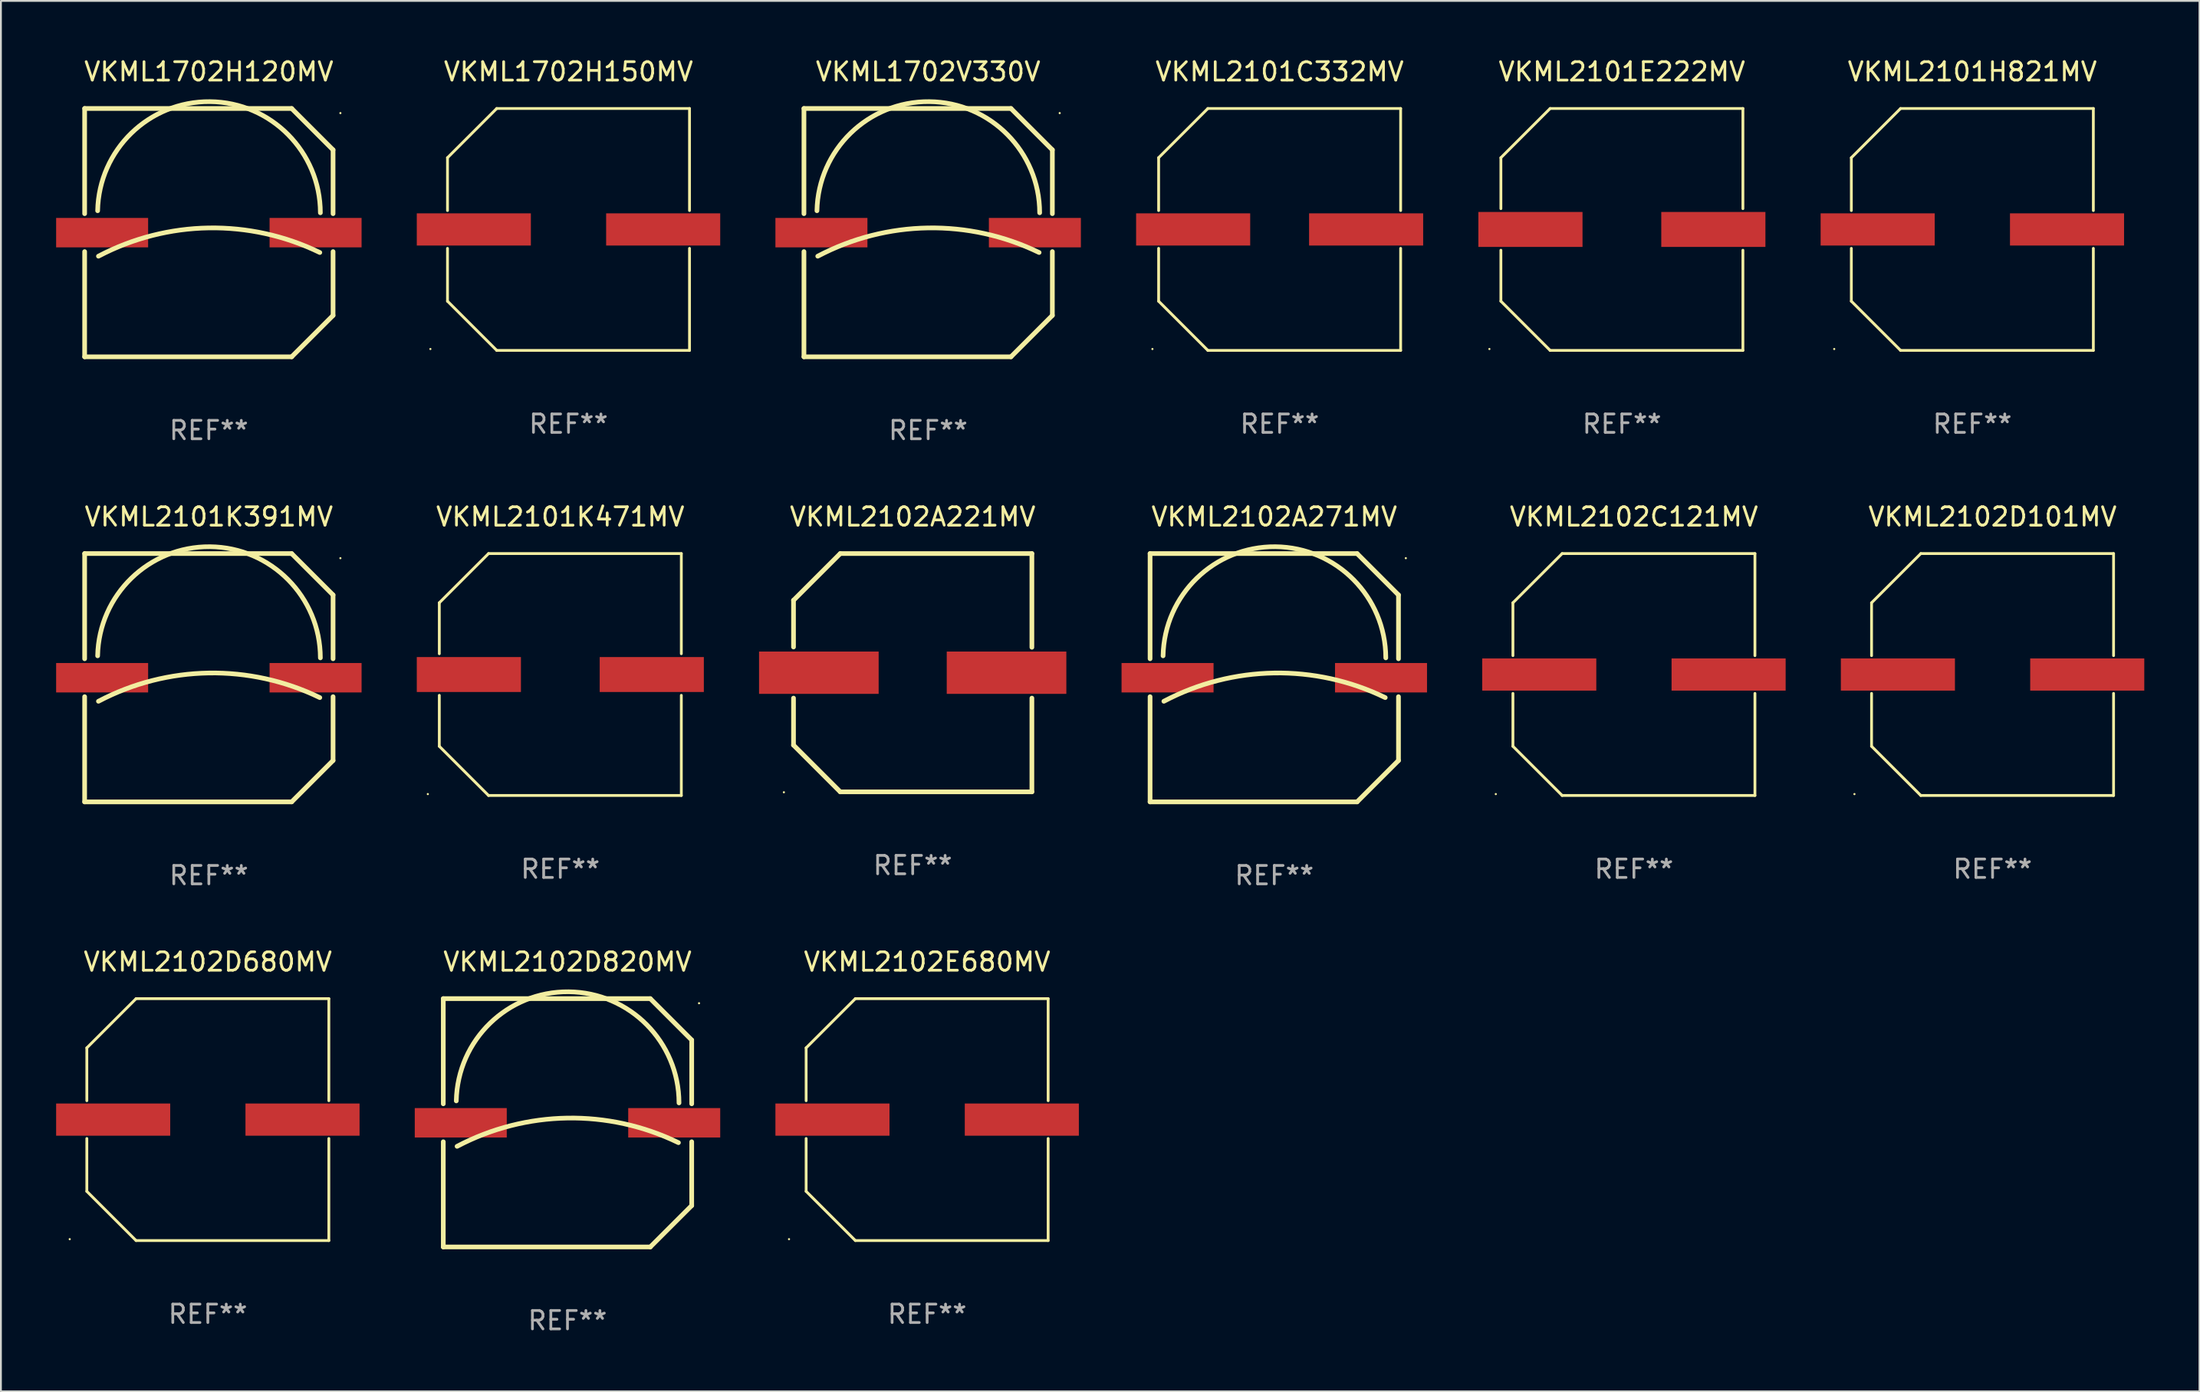
<source format=kicad_pcb>
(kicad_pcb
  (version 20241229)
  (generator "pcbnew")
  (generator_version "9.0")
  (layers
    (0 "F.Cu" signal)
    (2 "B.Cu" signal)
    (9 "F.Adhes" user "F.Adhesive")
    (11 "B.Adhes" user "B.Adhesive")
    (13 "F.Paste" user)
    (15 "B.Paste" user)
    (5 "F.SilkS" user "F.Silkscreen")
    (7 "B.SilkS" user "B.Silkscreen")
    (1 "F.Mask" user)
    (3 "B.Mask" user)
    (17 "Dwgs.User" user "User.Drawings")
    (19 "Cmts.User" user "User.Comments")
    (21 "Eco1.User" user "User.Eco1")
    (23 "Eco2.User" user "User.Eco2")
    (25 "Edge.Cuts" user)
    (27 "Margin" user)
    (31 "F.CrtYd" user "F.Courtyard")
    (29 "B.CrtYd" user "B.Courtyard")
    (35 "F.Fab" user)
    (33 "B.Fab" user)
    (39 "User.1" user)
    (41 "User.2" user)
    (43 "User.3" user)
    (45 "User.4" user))
  (footprint "VKML2101H821MV"
    (layer "F.Cu")
    (at 104.136 9.424)
    (property "Reference" "VKML2101H821MV" (at 0 -8.576 0) (layer "F.SilkS") (effects (font (size 1 1) (thickness 0.15))))
    (attr through_hole)
    (fp_line (start -6.576 -3.9) (end -6.576 -1.027) (stroke (width 0.152) (type solid)) (layer "F.SilkS"))
    (fp_line (start -6.576 3.9) (end -6.576 1.027) (stroke (width 0.152) (type solid)) (layer "F.SilkS"))
    (fp_line (start -3.9 -6.576) (end -6.576 -3.9) (stroke (width 0.152) (type solid)) (layer "F.SilkS"))
    (fp_line (start -3.9 6.576) (end -6.576 3.9) (stroke (width 0.152) (type solid)) (layer "F.SilkS"))
    (fp_line (start 6.576 -6.576) (end -3.9 -6.576) (stroke (width 0.152) (type solid)) (layer "F.SilkS"))
    (fp_line (start 6.576 -1.027) (end 6.576 -6.576) (stroke (width 0.152) (type solid)) (layer "F.SilkS"))
    (fp_line (start 6.576 1.027) (end 6.576 6.576) (stroke (width 0.152) (type solid)) (layer "F.SilkS"))
    (fp_line (start 6.576 6.576) (end -3.9 6.576) (stroke (width 0.152) (type solid)) (layer "F.SilkS"))
    (fp_circle (center -7.506 6.5) (end -7.476 6.5) (stroke (width 0.06) (type solid)) (fill no) (layer "F.SilkS"))
    (fp_text user "REF**" (at 0 10.576 0) (layer "F.Fab") (effects (font (size 1 1) (thickness 0.15))))
    (pad "1" smd rect (at -5.145 0) (size 6.2 1.75) (layers "F.Cu" "F.Mask" "F.Paste"))
    (pad "2" smd rect (at 5.145 0) (size 6.2 1.75) (layers "F.Cu" "F.Mask" "F.Paste")))
  (footprint "VKML2102A221MV"
    (layer "F.Cu")
    (at 46.55 33.522)
    (property "Reference" "VKML2102A221MV" (at 0 -8.477 0) (layer "F.SilkS") (effects (font (size 1 1) (thickness 0.15))))
    (attr through_hole)
    (fp_line (start -6.477 -3.937) (end -6.477 -1.397) (stroke (width 0.254) (type solid)) (layer "F.SilkS"))
    (fp_line (start -6.477 1.381) (end -6.477 3.937) (stroke (width 0.254) (type solid)) (layer "F.SilkS"))
    (fp_line (start -6.477 3.937) (end -3.937 6.477) (stroke (width 0.254) (type solid)) (layer "F.SilkS"))
    (fp_line (start -3.937 -6.477) (end -6.477 -3.937) (stroke (width 0.254) (type solid)) (layer "F.SilkS"))
    (fp_line (start -3.937 6.477) (end 6.477 6.477) (stroke (width 0.254) (type solid)) (layer "F.SilkS"))
    (fp_line (start 6.477 -6.477) (end -3.937 -6.477) (stroke (width 0.254) (type solid)) (layer "F.SilkS"))
    (fp_line (start 6.477 -1.381) (end 6.477 -6.477) (stroke (width 0.254) (type solid)) (layer "F.SilkS"))
    (fp_line (start 6.477 6.477) (end 6.477 1.381) (stroke (width 0.254) (type solid)) (layer "F.SilkS"))
    (fp_circle (center -7 6.5) (end -6.97 6.5) (stroke (width 0.06) (type solid)) (fill no) (layer "F.SilkS"))
    (fp_text user "REF**" (at 0 10.477 0) (layer "F.Fab") (effects (font (size 1 1) (thickness 0.15))))
    (pad "1" smd rect (at -5.1 0) (size 6.5 2.3) (layers "F.Cu" "F.Mask" "F.Paste"))
    (pad "2" smd rect (at 5.1 0) (size 6.5 2.3) (layers "F.Cu" "F.Mask" "F.Paste")))
  (footprint "VKML1702H150MV"
    (layer "F.Cu")
    (at 27.845 9.424)
    (property "Reference" "VKML1702H150MV" (at 0 -8.576 0) (layer "F.SilkS") (effects (font (size 1 1) (thickness 0.15))))
    (attr through_hole)
    (fp_line (start -6.576 -3.9) (end -6.576 -1.027) (stroke (width 0.152) (type solid)) (layer "F.SilkS"))
    (fp_line (start -6.576 3.9) (end -6.576 1.027) (stroke (width 0.152) (type solid)) (layer "F.SilkS"))
    (fp_line (start -3.9 -6.576) (end -6.576 -3.9) (stroke (width 0.152) (type solid)) (layer "F.SilkS"))
    (fp_line (start -3.9 6.576) (end -6.576 3.9) (stroke (width 0.152) (type solid)) (layer "F.SilkS"))
    (fp_line (start 6.576 -6.576) (end -3.9 -6.576) (stroke (width 0.152) (type solid)) (layer "F.SilkS"))
    (fp_line (start 6.576 -1.027) (end 6.576 -6.576) (stroke (width 0.152) (type solid)) (layer "F.SilkS"))
    (fp_line (start 6.576 1.027) (end 6.576 6.576) (stroke (width 0.152) (type solid)) (layer "F.SilkS"))
    (fp_line (start 6.576 6.576) (end -3.9 6.576) (stroke (width 0.152) (type solid)) (layer "F.SilkS"))
    (fp_circle (center -7.506 6.5) (end -7.476 6.5) (stroke (width 0.06) (type solid)) (fill no) (layer "F.SilkS"))
    (fp_text user "REF**" (at 0 10.576 0) (layer "F.Fab") (effects (font (size 1 1) (thickness 0.15))))
    (pad "1" smd rect (at -5.145 0) (size 6.2 1.75) (layers "F.Cu" "F.Mask" "F.Paste"))
    (pad "2" smd rect (at 5.145 0) (size 6.2 1.75) (layers "F.Cu" "F.Mask" "F.Paste")))
  (footprint "VKML1702V330V"
    (layer "F.Cu")
    (at 47.39 9.598)
    (property "Reference" "VKML1702V330V" (at 0 -8.75 0) (layer "F.SilkS") (effects (font (size 1 1) (thickness 0.15))))
    (attr through_hole)
    (fp_line (start -6.75 -6.75) (end 4.5 -6.75) (stroke (width 0.254) (type solid)) (layer "F.SilkS"))
    (fp_line (start -6.75 -1.031) (end -6.75 -6.75) (stroke (width 0.254) (type solid)) (layer "F.SilkS"))
    (fp_line (start -6.75 6.75) (end -6.75 1.031) (stroke (width 0.254) (type solid)) (layer "F.SilkS"))
    (fp_line (start -6.75 6.75) (end 4.5 6.75) (stroke (width 0.254) (type solid)) (layer "F.SilkS"))
    (fp_line (start 4.5 6.75) (end 6.75 4.5) (stroke (width 0.254) (type solid)) (layer "F.SilkS"))
    (fp_line (start 6.75 -4.5) (end 4.5 -6.75) (stroke (width 0.254) (type solid)) (layer "F.SilkS"))
    (fp_line (start 6.75 -1.031) (end 6.75 -4.5) (stroke (width 0.254) (type solid)) (layer "F.SilkS"))
    (fp_line (start 6.75 4.5) (end 6.75 1.031) (stroke (width 0.254) (type solid)) (layer "F.SilkS"))
    (fp_arc (start -6.043638 -1.190577) (mid 0.06288 -7.123351) (end 6.059995 -1.08001) (stroke (width 0.254001) (type solid)) (layer "F.SilkS"))
    (fp_arc (start -6 1.28001) (mid -0.008883 -0.256469) (end 6.029998 1.08001) (stroke (width 0.254001) (type solid)) (layer "F.SilkS"))
    (fp_circle (center 7.149 -6.5) (end 7.179 -6.5) (stroke (width 0.06) (type solid)) (fill no) (layer "F.SilkS"))
    (fp_text user "REF**" (at 0 10.75 0) (layer "F.Fab") (effects (font (size 1 1) (thickness 0.15))))
    (pad "1" smd rect (at 5.8 0) (size 5 1.6) (layers "F.Cu" "F.Mask" "F.Paste"))
    (pad "2" smd rect (at -5.8 0) (size 5 1.6) (layers "F.Cu" "F.Mask" "F.Paste")))
  (footprint "VKML2101K391MV"
    (layer "F.Cu")
    (at 8.3 33.795)
    (property "Reference" "VKML2101K391MV" (at 0 -8.75 0) (layer "F.SilkS") (effects (font (size 1 1) (thickness 0.15))))
    (attr through_hole)
    (fp_line (start -6.75 -6.75) (end 4.5 -6.75) (stroke (width 0.254) (type solid)) (layer "F.SilkS"))
    (fp_line (start -6.75 -1.031) (end -6.75 -6.75) (stroke (width 0.254) (type solid)) (layer "F.SilkS"))
    (fp_line (start -6.75 6.75) (end -6.75 1.031) (stroke (width 0.254) (type solid)) (layer "F.SilkS"))
    (fp_line (start -6.75 6.75) (end 4.5 6.75) (stroke (width 0.254) (type solid)) (layer "F.SilkS"))
    (fp_line (start 4.5 6.75) (end 6.75 4.5) (stroke (width 0.254) (type solid)) (layer "F.SilkS"))
    (fp_line (start 6.75 -4.5) (end 4.5 -6.75) (stroke (width 0.254) (type solid)) (layer "F.SilkS"))
    (fp_line (start 6.75 -1.031) (end 6.75 -4.5) (stroke (width 0.254) (type solid)) (layer "F.SilkS"))
    (fp_line (start 6.75 4.5) (end 6.75 1.031) (stroke (width 0.254) (type solid)) (layer "F.SilkS"))
    (fp_arc (start -6.043638 -1.190577) (mid 0.06288 -7.123351) (end 6.059995 -1.08001) (stroke (width 0.254001) (type solid)) (layer "F.SilkS"))
    (fp_arc (start -6 1.28001) (mid -0.008883 -0.256469) (end 6.029998 1.08001) (stroke (width 0.254001) (type solid)) (layer "F.SilkS"))
    (fp_circle (center 7.149 -6.5) (end 7.179 -6.5) (stroke (width 0.06) (type solid)) (fill no) (layer "F.SilkS"))
    (fp_text user "REF**" (at 0 10.75 0) (layer "F.Fab") (effects (font (size 1 1) (thickness 0.15))))
    (pad "1" smd rect (at 5.8 0) (size 5 1.6) (layers "F.Cu" "F.Mask" "F.Paste"))
    (pad "2" smd rect (at -5.8 0) (size 5 1.6) (layers "F.Cu" "F.Mask" "F.Paste")))
  (footprint "VKML2102D101MV"
    (layer "F.Cu")
    (at 105.235 33.621)
    (property "Reference" "VKML2102D101MV" (at 0 -8.576 0) (layer "F.SilkS") (effects (font (size 1 1) (thickness 0.15))))
    (attr through_hole)
    (fp_line (start -6.576 -3.9) (end -6.576 -1.027) (stroke (width 0.152) (type solid)) (layer "F.SilkS"))
    (fp_line (start -6.576 3.9) (end -6.576 1.027) (stroke (width 0.152) (type solid)) (layer "F.SilkS"))
    (fp_line (start -3.9 -6.576) (end -6.576 -3.9) (stroke (width 0.152) (type solid)) (layer "F.SilkS"))
    (fp_line (start -3.9 6.576) (end -6.576 3.9) (stroke (width 0.152) (type solid)) (layer "F.SilkS"))
    (fp_line (start 6.576 -6.576) (end -3.9 -6.576) (stroke (width 0.152) (type solid)) (layer "F.SilkS"))
    (fp_line (start 6.576 -1.027) (end 6.576 -6.576) (stroke (width 0.152) (type solid)) (layer "F.SilkS"))
    (fp_line (start 6.576 1.027) (end 6.576 6.576) (stroke (width 0.152) (type solid)) (layer "F.SilkS"))
    (fp_line (start 6.576 6.576) (end -3.9 6.576) (stroke (width 0.152) (type solid)) (layer "F.SilkS"))
    (fp_circle (center -7.506 6.5) (end -7.476 6.5) (stroke (width 0.06) (type solid)) (fill no) (layer "F.SilkS"))
    (fp_text user "REF**" (at 0 10.576 0) (layer "F.Fab") (effects (font (size 1 1) (thickness 0.15))))
    (pad "1" smd rect (at -5.145 0) (size 6.2 1.75) (layers "F.Cu" "F.Mask" "F.Paste"))
    (pad "2" smd rect (at 5.145 0) (size 6.2 1.75) (layers "F.Cu" "F.Mask" "F.Paste")))
  (footprint "VKML1702H120MV"
    (layer "F.Cu")
    (at 8.3 9.598)
    (property "Reference" "VKML1702H120MV" (at 0 -8.75 0) (layer "F.SilkS") (effects (font (size 1 1) (thickness 0.15))))
    (attr through_hole)
    (fp_line (start -6.75 -6.75) (end 4.5 -6.75) (stroke (width 0.254) (type solid)) (layer "F.SilkS"))
    (fp_line (start -6.75 -1.031) (end -6.75 -6.75) (stroke (width 0.254) (type solid)) (layer "F.SilkS"))
    (fp_line (start -6.75 6.75) (end -6.75 1.031) (stroke (width 0.254) (type solid)) (layer "F.SilkS"))
    (fp_line (start -6.75 6.75) (end 4.5 6.75) (stroke (width 0.254) (type solid)) (layer "F.SilkS"))
    (fp_line (start 4.5 6.75) (end 6.75 4.5) (stroke (width 0.254) (type solid)) (layer "F.SilkS"))
    (fp_line (start 6.75 -4.5) (end 4.5 -6.75) (stroke (width 0.254) (type solid)) (layer "F.SilkS"))
    (fp_line (start 6.75 -1.031) (end 6.75 -4.5) (stroke (width 0.254) (type solid)) (layer "F.SilkS"))
    (fp_line (start 6.75 4.5) (end 6.75 1.031) (stroke (width 0.254) (type solid)) (layer "F.SilkS"))
    (fp_arc (start -6.043638 -1.190577) (mid 0.06288 -7.123351) (end 6.059995 -1.08001) (stroke (width 0.254001) (type solid)) (layer "F.SilkS"))
    (fp_arc (start -6 1.28001) (mid -0.008883 -0.256469) (end 6.029998 1.08001) (stroke (width 0.254001) (type solid)) (layer "F.SilkS"))
    (fp_circle (center 7.149 -6.5) (end 7.179 -6.5) (stroke (width 0.06) (type solid)) (fill no) (layer "F.SilkS"))
    (fp_text user "REF**" (at 0 10.75 0) (layer "F.Fab") (effects (font (size 1 1) (thickness 0.15))))
    (pad "1" smd rect (at 5.8 0) (size 5 1.6) (layers "F.Cu" "F.Mask" "F.Paste"))
    (pad "2" smd rect (at -5.8 0) (size 5 1.6) (layers "F.Cu" "F.Mask" "F.Paste")))
  (footprint "VKML2102D820MV"
    (layer "F.Cu")
    (at 27.79 57.991)
    (property "Reference" "VKML2102D820MV" (at 0 -8.75 0) (layer "F.SilkS") (effects (font (size 1 1) (thickness 0.15))))
    (attr through_hole)
    (fp_line (start -6.75 -6.75) (end 4.5 -6.75) (stroke (width 0.254) (type solid)) (layer "F.SilkS"))
    (fp_line (start -6.75 -1.031) (end -6.75 -6.75) (stroke (width 0.254) (type solid)) (layer "F.SilkS"))
    (fp_line (start -6.75 6.75) (end -6.75 1.031) (stroke (width 0.254) (type solid)) (layer "F.SilkS"))
    (fp_line (start -6.75 6.75) (end 4.5 6.75) (stroke (width 0.254) (type solid)) (layer "F.SilkS"))
    (fp_line (start 4.5 6.75) (end 6.75 4.5) (stroke (width 0.254) (type solid)) (layer "F.SilkS"))
    (fp_line (start 6.75 -4.5) (end 4.5 -6.75) (stroke (width 0.254) (type solid)) (layer "F.SilkS"))
    (fp_line (start 6.75 -1.031) (end 6.75 -4.5) (stroke (width 0.254) (type solid)) (layer "F.SilkS"))
    (fp_line (start 6.75 4.5) (end 6.75 1.031) (stroke (width 0.254) (type solid)) (layer "F.SilkS"))
    (fp_arc (start -6.043638 -1.190577) (mid 0.06288 -7.123351) (end 6.059995 -1.08001) (stroke (width 0.254001) (type solid)) (layer "F.SilkS"))
    (fp_arc (start -6 1.28001) (mid -0.008883 -0.256469) (end 6.029998 1.08001) (stroke (width 0.254001) (type solid)) (layer "F.SilkS"))
    (fp_circle (center 7.149 -6.5) (end 7.179 -6.5) (stroke (width 0.06) (type solid)) (fill no) (layer "F.SilkS"))
    (fp_text user "REF**" (at 0 10.75 0) (layer "F.Fab") (effects (font (size 1 1) (thickness 0.15))))
    (pad "1" smd rect (at 5.8 0) (size 5 1.6) (layers "F.Cu" "F.Mask" "F.Paste"))
    (pad "2" smd rect (at -5.8 0) (size 5 1.6) (layers "F.Cu" "F.Mask" "F.Paste")))
  (footprint "VKML2102E680MV"
    (layer "F.Cu")
    (at 47.335 57.818)
    (property "Reference" "VKML2102E680MV" (at 0 -8.576 0) (layer "F.SilkS") (effects (font (size 1 1) (thickness 0.15))))
    (attr through_hole)
    (fp_line (start -6.576 -3.9) (end -6.576 -1.027) (stroke (width 0.152) (type solid)) (layer "F.SilkS"))
    (fp_line (start -6.576 3.9) (end -6.576 1.027) (stroke (width 0.152) (type solid)) (layer "F.SilkS"))
    (fp_line (start -3.9 -6.576) (end -6.576 -3.9) (stroke (width 0.152) (type solid)) (layer "F.SilkS"))
    (fp_line (start -3.9 6.576) (end -6.576 3.9) (stroke (width 0.152) (type solid)) (layer "F.SilkS"))
    (fp_line (start 6.576 -6.576) (end -3.9 -6.576) (stroke (width 0.152) (type solid)) (layer "F.SilkS"))
    (fp_line (start 6.576 -1.027) (end 6.576 -6.576) (stroke (width 0.152) (type solid)) (layer "F.SilkS"))
    (fp_line (start 6.576 1.027) (end 6.576 6.576) (stroke (width 0.152) (type solid)) (layer "F.SilkS"))
    (fp_line (start 6.576 6.576) (end -3.9 6.576) (stroke (width 0.152) (type solid)) (layer "F.SilkS"))
    (fp_circle (center -7.506 6.5) (end -7.476 6.5) (stroke (width 0.06) (type solid)) (fill no) (layer "F.SilkS"))
    (fp_text user "REF**" (at 0 10.576 0) (layer "F.Fab") (effects (font (size 1 1) (thickness 0.15))))
    (pad "1" smd rect (at -5.145 0) (size 6.2 1.75) (layers "F.Cu" "F.Mask" "F.Paste"))
    (pad "2" smd rect (at 5.145 0) (size 6.2 1.75) (layers "F.Cu" "F.Mask" "F.Paste")))
  (footprint "VKML2102C121MV"
    (layer "F.Cu")
    (at 85.745 33.621)
    (property "Reference" "VKML2102C121MV" (at 0 -8.576 0) (layer "F.SilkS") (effects (font (size 1 1) (thickness 0.15))))
    (attr through_hole)
    (fp_line (start -6.576 -3.9) (end -6.576 -1.027) (stroke (width 0.152) (type solid)) (layer "F.SilkS"))
    (fp_line (start -6.576 3.9) (end -6.576 1.027) (stroke (width 0.152) (type solid)) (layer "F.SilkS"))
    (fp_line (start -3.9 -6.576) (end -6.576 -3.9) (stroke (width 0.152) (type solid)) (layer "F.SilkS"))
    (fp_line (start -3.9 6.576) (end -6.576 3.9) (stroke (width 0.152) (type solid)) (layer "F.SilkS"))
    (fp_line (start 6.576 -6.576) (end -3.9 -6.576) (stroke (width 0.152) (type solid)) (layer "F.SilkS"))
    (fp_line (start 6.576 -1.027) (end 6.576 -6.576) (stroke (width 0.152) (type solid)) (layer "F.SilkS"))
    (fp_line (start 6.576 1.027) (end 6.576 6.576) (stroke (width 0.152) (type solid)) (layer "F.SilkS"))
    (fp_line (start 6.576 6.576) (end -3.9 6.576) (stroke (width 0.152) (type solid)) (layer "F.SilkS"))
    (fp_circle (center -7.506 6.5) (end -7.476 6.5) (stroke (width 0.06) (type solid)) (fill no) (layer "F.SilkS"))
    (fp_text user "REF**" (at 0 10.576 0) (layer "F.Fab") (effects (font (size 1 1) (thickness 0.15))))
    (pad "1" smd rect (at -5.145 0) (size 6.2 1.75) (layers "F.Cu" "F.Mask" "F.Paste"))
    (pad "2" smd rect (at 5.145 0) (size 6.2 1.75) (layers "F.Cu" "F.Mask" "F.Paste")))
  (footprint "VKML2101E222MV"
    (layer "F.Cu")
    (at 85.091 9.424)
    (property "Reference" "VKML2101E222MV" (at 0 -8.576 0) (layer "F.SilkS") (effects (font (size 1 1) (thickness 0.15))))
    (attr through_hole)
    (fp_line (start -6.576 -3.9) (end -3.9 -6.576) (stroke (width 0.152) (type solid)) (layer "F.SilkS"))
    (fp_line (start -6.576 -1.13) (end -6.576 -3.9) (stroke (width 0.152) (type solid)) (layer "F.SilkS"))
    (fp_line (start -6.576 3.9) (end -6.576 1.13) (stroke (width 0.152) (type solid)) (layer "F.SilkS"))
    (fp_line (start -6.576 3.9) (end -3.9 6.576) (stroke (width 0.152) (type solid)) (layer "F.SilkS"))
    (fp_line (start -3.9 -6.576) (end 6.576 -6.576) (stroke (width 0.152) (type solid)) (layer "F.SilkS"))
    (fp_line (start -3.9 6.576) (end 6.576 6.576) (stroke (width 0.152) (type solid)) (layer "F.SilkS"))
    (fp_line (start 6.576 -6.576) (end 6.576 -1.13) (stroke (width 0.152) (type solid)) (layer "F.SilkS"))
    (fp_line (start 6.576 1.13) (end 6.576 6.576) (stroke (width 0.152) (type solid)) (layer "F.SilkS"))
    (fp_circle (center -7.2 6.5) (end -7.17 6.5) (stroke (width 0.06) (type solid)) (fill no) (layer "F.SilkS"))
    (fp_text user "REF**" (at 0 10.576 0) (layer "F.Fab") (effects (font (size 1 1) (thickness 0.15))))
    (pad "1" smd rect (at -4.97 0) (size 5.66 1.9) (layers "F.Cu" "F.Mask" "F.Paste"))
    (pad "2" smd rect (at 4.97 0) (size 5.66 1.9) (layers "F.Cu" "F.Mask" "F.Paste")))
  (footprint "VKML2102D680MV"
    (layer "F.Cu")
    (at 8.245 57.818)
    (property "Reference" "VKML2102D680MV" (at 0 -8.576 0) (layer "F.SilkS") (effects (font (size 1 1) (thickness 0.15))))
    (attr through_hole)
    (fp_line (start -6.576 -3.9) (end -6.576 -1.027) (stroke (width 0.152) (type solid)) (layer "F.SilkS"))
    (fp_line (start -6.576 3.9) (end -6.576 1.027) (stroke (width 0.152) (type solid)) (layer "F.SilkS"))
    (fp_line (start -3.9 -6.576) (end -6.576 -3.9) (stroke (width 0.152) (type solid)) (layer "F.SilkS"))
    (fp_line (start -3.9 6.576) (end -6.576 3.9) (stroke (width 0.152) (type solid)) (layer "F.SilkS"))
    (fp_line (start 6.576 -6.576) (end -3.9 -6.576) (stroke (width 0.152) (type solid)) (layer "F.SilkS"))
    (fp_line (start 6.576 -1.027) (end 6.576 -6.576) (stroke (width 0.152) (type solid)) (layer "F.SilkS"))
    (fp_line (start 6.576 1.027) (end 6.576 6.576) (stroke (width 0.152) (type solid)) (layer "F.SilkS"))
    (fp_line (start 6.576 6.576) (end -3.9 6.576) (stroke (width 0.152) (type solid)) (layer "F.SilkS"))
    (fp_circle (center -7.506 6.5) (end -7.476 6.5) (stroke (width 0.06) (type solid)) (fill no) (layer "F.SilkS"))
    (fp_text user "REF**" (at 0 10.576 0) (layer "F.Fab") (effects (font (size 1 1) (thickness 0.15))))
    (pad "1" smd rect (at -5.145 0) (size 6.2 1.75) (layers "F.Cu" "F.Mask" "F.Paste"))
    (pad "2" smd rect (at 5.145 0) (size 6.2 1.75) (layers "F.Cu" "F.Mask" "F.Paste")))
  (footprint "VKML2101C332MV"
    (layer "F.Cu")
    (at 66.491 9.424)
    (property "Reference" "VKML2101C332MV" (at 0 -8.576 0) (layer "F.SilkS") (effects (font (size 1 1) (thickness 0.15))))
    (attr through_hole)
    (fp_line (start -6.576 -3.9) (end -6.576 -1.027) (stroke (width 0.152) (type solid)) (layer "F.SilkS"))
    (fp_line (start -6.576 3.9) (end -6.576 1.027) (stroke (width 0.152) (type solid)) (layer "F.SilkS"))
    (fp_line (start -3.9 -6.576) (end -6.576 -3.9) (stroke (width 0.152) (type solid)) (layer "F.SilkS"))
    (fp_line (start -3.9 6.576) (end -6.576 3.9) (stroke (width 0.152) (type solid)) (layer "F.SilkS"))
    (fp_line (start 6.576 -6.576) (end -3.9 -6.576) (stroke (width 0.152) (type solid)) (layer "F.SilkS"))
    (fp_line (start 6.576 -1.027) (end 6.576 -6.576) (stroke (width 0.152) (type solid)) (layer "F.SilkS"))
    (fp_line (start 6.576 1.027) (end 6.576 6.576) (stroke (width 0.152) (type solid)) (layer "F.SilkS"))
    (fp_line (start 6.576 6.576) (end -3.9 6.576) (stroke (width 0.152) (type solid)) (layer "F.SilkS"))
    (fp_circle (center -6.913 6.5) (end -6.883 6.5) (stroke (width 0.06) (type solid)) (fill no) (layer "F.SilkS"))
    (fp_text user "REF**" (at 0 10.576 0) (layer "F.Fab") (effects (font (size 1 1) (thickness 0.15))))
    (pad "1" smd rect (at -4.7 0) (size 6.2 1.75) (layers "F.Cu" "F.Mask" "F.Paste"))
    (pad "2" smd rect (at 4.7 0) (size 6.2 1.75) (layers "F.Cu" "F.Mask" "F.Paste")))
  (footprint "VKML2101K471MV"
    (layer "F.Cu")
    (at 27.4 33.621)
    (property "Reference" "VKML2101K471MV" (at 0 -8.576 0) (layer "F.SilkS") (effects (font (size 1 1) (thickness 0.15))))
    (attr through_hole)
    (fp_line (start -6.576 -3.9) (end -3.9 -6.576) (stroke (width 0.152) (type solid)) (layer "F.SilkS"))
    (fp_line (start -6.576 -1.13) (end -6.576 -3.9) (stroke (width 0.152) (type solid)) (layer "F.SilkS"))
    (fp_line (start -6.576 3.9) (end -6.576 1.13) (stroke (width 0.152) (type solid)) (layer "F.SilkS"))
    (fp_line (start -6.576 3.9) (end -3.9 6.576) (stroke (width 0.152) (type solid)) (layer "F.SilkS"))
    (fp_line (start -3.9 -6.576) (end 6.576 -6.576) (stroke (width 0.152) (type solid)) (layer "F.SilkS"))
    (fp_line (start -3.9 6.576) (end 6.576 6.576) (stroke (width 0.152) (type solid)) (layer "F.SilkS"))
    (fp_line (start 6.576 -6.576) (end 6.576 -1.13) (stroke (width 0.152) (type solid)) (layer "F.SilkS"))
    (fp_line (start 6.576 1.13) (end 6.576 6.576) (stroke (width 0.152) (type solid)) (layer "F.SilkS"))
    (fp_circle (center -7.2 6.5) (end -7.17 6.5) (stroke (width 0.06) (type solid)) (fill no) (layer "F.SilkS"))
    (fp_text user "REF**" (at 0 10.576 0) (layer "F.Fab") (effects (font (size 1 1) (thickness 0.15))))
    (pad "1" smd rect (at -4.97 0) (size 5.66 1.9) (layers "F.Cu" "F.Mask" "F.Paste"))
    (pad "2" smd rect (at 4.97 0) (size 5.66 1.9) (layers "F.Cu" "F.Mask" "F.Paste")))
  (footprint "VKML2102A271MV"
    (layer "F.Cu")
    (at 66.2 33.795)
    (property "Reference" "VKML2102A271MV" (at 0 -8.75 0) (layer "F.SilkS") (effects (font (size 1 1) (thickness 0.15))))
    (attr through_hole)
    (fp_line (start -6.75 -6.75) (end 4.5 -6.75) (stroke (width 0.254) (type solid)) (layer "F.SilkS"))
    (fp_line (start -6.75 -1.031) (end -6.75 -6.75) (stroke (width 0.254) (type solid)) (layer "F.SilkS"))
    (fp_line (start -6.75 6.75) (end -6.75 1.031) (stroke (width 0.254) (type solid)) (layer "F.SilkS"))
    (fp_line (start -6.75 6.75) (end 4.5 6.75) (stroke (width 0.254) (type solid)) (layer "F.SilkS"))
    (fp_line (start 4.5 6.75) (end 6.75 4.5) (stroke (width 0.254) (type solid)) (layer "F.SilkS"))
    (fp_line (start 6.75 -4.5) (end 4.5 -6.75) (stroke (width 0.254) (type solid)) (layer "F.SilkS"))
    (fp_line (start 6.75 -1.031) (end 6.75 -4.5) (stroke (width 0.254) (type solid)) (layer "F.SilkS"))
    (fp_line (start 6.75 4.5) (end 6.75 1.031) (stroke (width 0.254) (type solid)) (layer "F.SilkS"))
    (fp_arc (start -6.043638 -1.190577) (mid 0.06288 -7.123351) (end 6.059995 -1.08001) (stroke (width 0.254001) (type solid)) (layer "F.SilkS"))
    (fp_arc (start -6 1.28001) (mid -0.008883 -0.256469) (end 6.029998 1.08001) (stroke (width 0.254001) (type solid)) (layer "F.SilkS"))
    (fp_circle (center 7.149 -6.5) (end 7.179 -6.5) (stroke (width 0.06) (type solid)) (fill no) (layer "F.SilkS"))
    (fp_text user "REF**" (at 0 10.75 0) (layer "F.Fab") (effects (font (size 1 1) (thickness 0.15))))
    (pad "1" smd rect (at 5.8 0) (size 5 1.6) (layers "F.Cu" "F.Mask" "F.Paste"))
    (pad "2" smd rect (at -5.8 0) (size 5 1.6) (layers "F.Cu" "F.Mask" "F.Paste")))
  (gr_rect
    (start -3 -3)
    (end 116.48 72.59)
    (stroke (width 0.1) (type default))
    (fill no)
    (layer "Edge.Cuts")))
</source>
